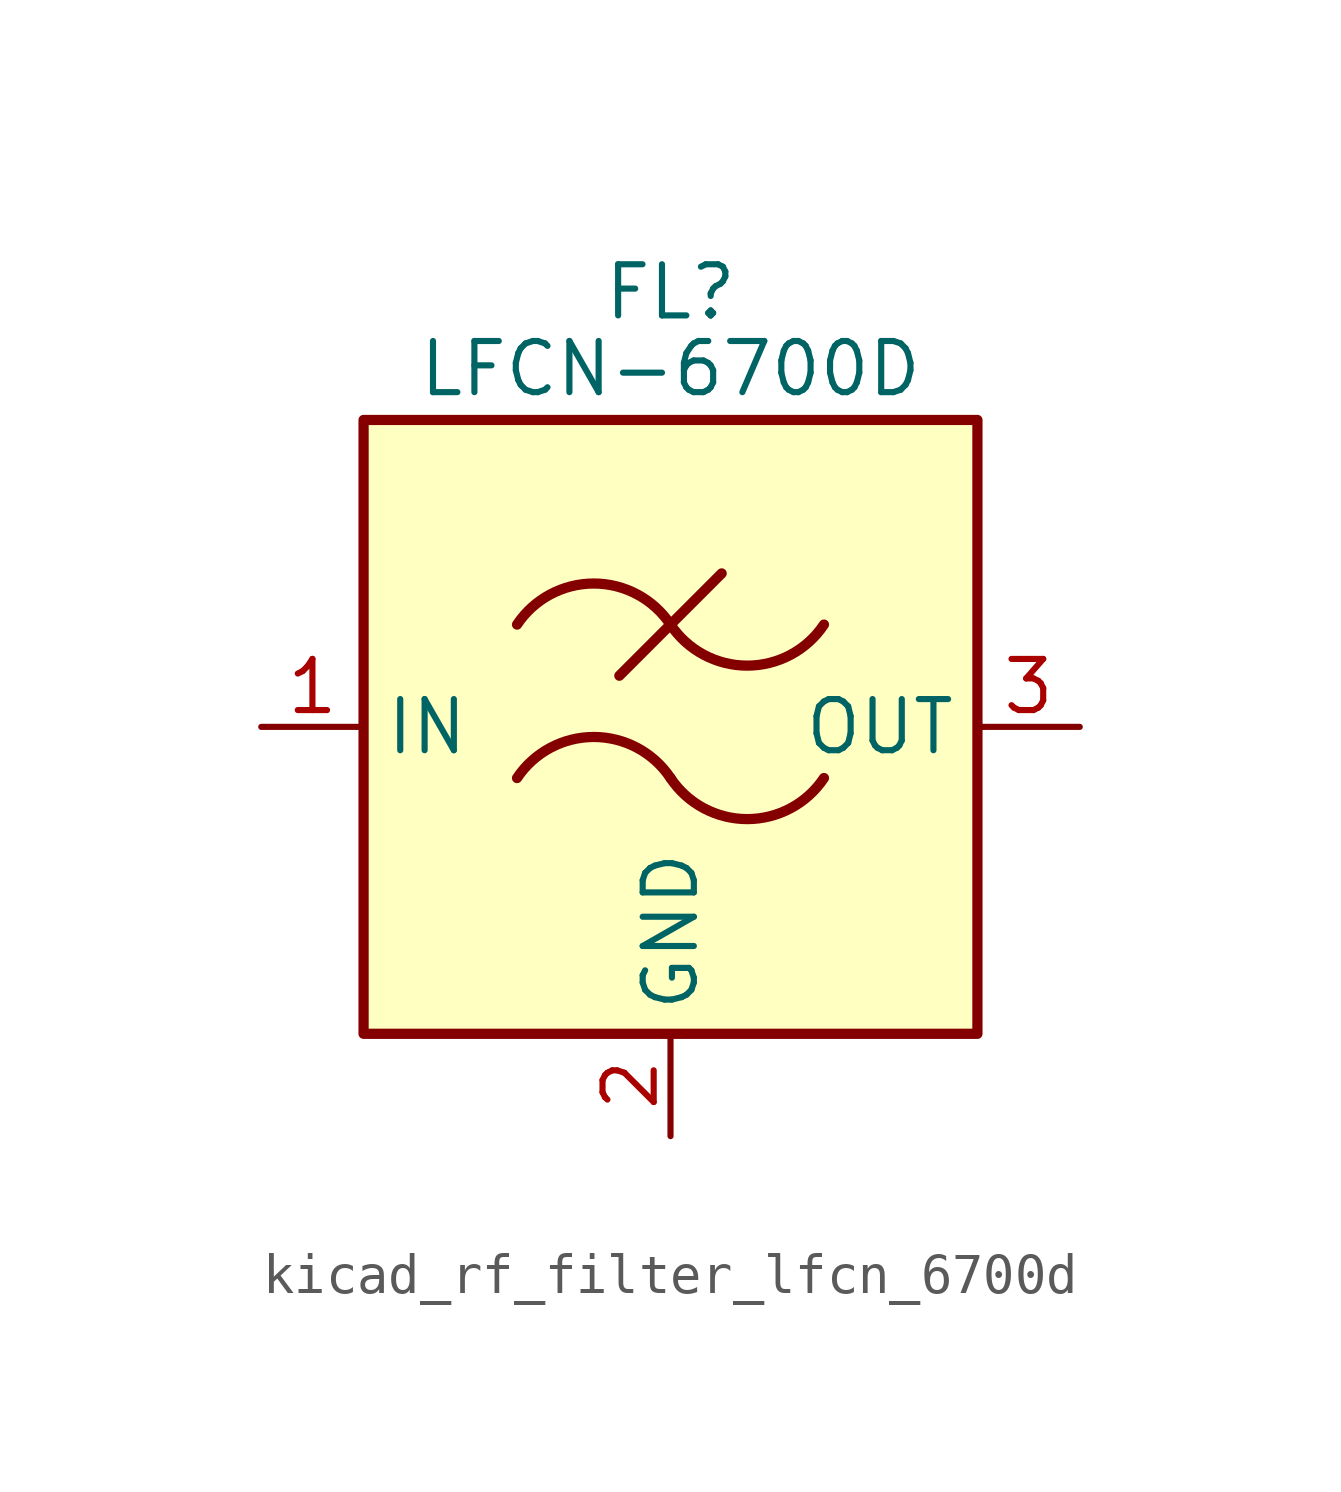
<source format=kicad_sym>
(kicad_symbol_lib
  (version 20220914)
  (generator kicad_symbol_editor)
  (symbol "kicad_rf_filter_lfcn_6700d"
    (property "Reference" "FL"
      (at 0 10.795 0)
      (effects (font (size 1.27 1.27))))
    (property "Value" "LFCN-6700D"
      (at 0 8.89 0)
      (effects (font (size 1.27 1.27))))
    (symbol "kicad_rf_filter_lfcn_6700d_0_1"
      (rectangle (start -7.62 7.62) (end 7.62 -7.62) (stroke (width 0.254) (type default)) (fill (type background)))
      (arc (start 0 -1.27) (mid -1.905 -0.2505) (end -3.81 -1.27) (stroke (width 0.254) (type default)) (fill (type none)))
      (arc (start 0 -1.27) (mid 1.905 -2.2895) (end 3.81 -1.27) (stroke (width 0.254) (type default)) (fill (type none)))
      (polyline (pts (xy -1.27 1.27) (xy 1.27 3.81)) (stroke (width 0.254) (type default)) (fill (type none)))
      (arc (start 0 2.54) (mid -1.905 3.5595) (end -3.81 2.54) (stroke (width 0.254) (type default)) (fill (type none)))
      (arc (start 0 2.54) (mid 1.905 1.5205) (end 3.81 2.54) (stroke (width 0.254) (type default)) (fill (type none))))
    (symbol "kicad_rf_filter_lfcn_6700d_1_1"
      (pin passive line (at -10.16 0 0) (length 2.54) (name "IN" (effects (font (size 1.27 1.27)))) (number "1" (effects (font (size 1.27 1.27)))))
      (pin passive line (at 0 -10.16 90) (length 2.54) (name "GND" (effects (font (size 1.27 1.27)))) (number "2" (effects (font (size 1.27 1.27)))))
      (pin passive line (at 10.16 0 180) (length 2.54) (name "OUT" (effects (font (size 1.27 1.27)))) (number "3" (effects (font (size 1.27 1.27)))))
      (pin passive line (at 0 -10.16 90) (length 2.54) hide (name "GND" (effects (font (size 1.27 1.27)))) (number "4" (effects (font (size 1.27 1.27))))))))
</source>
